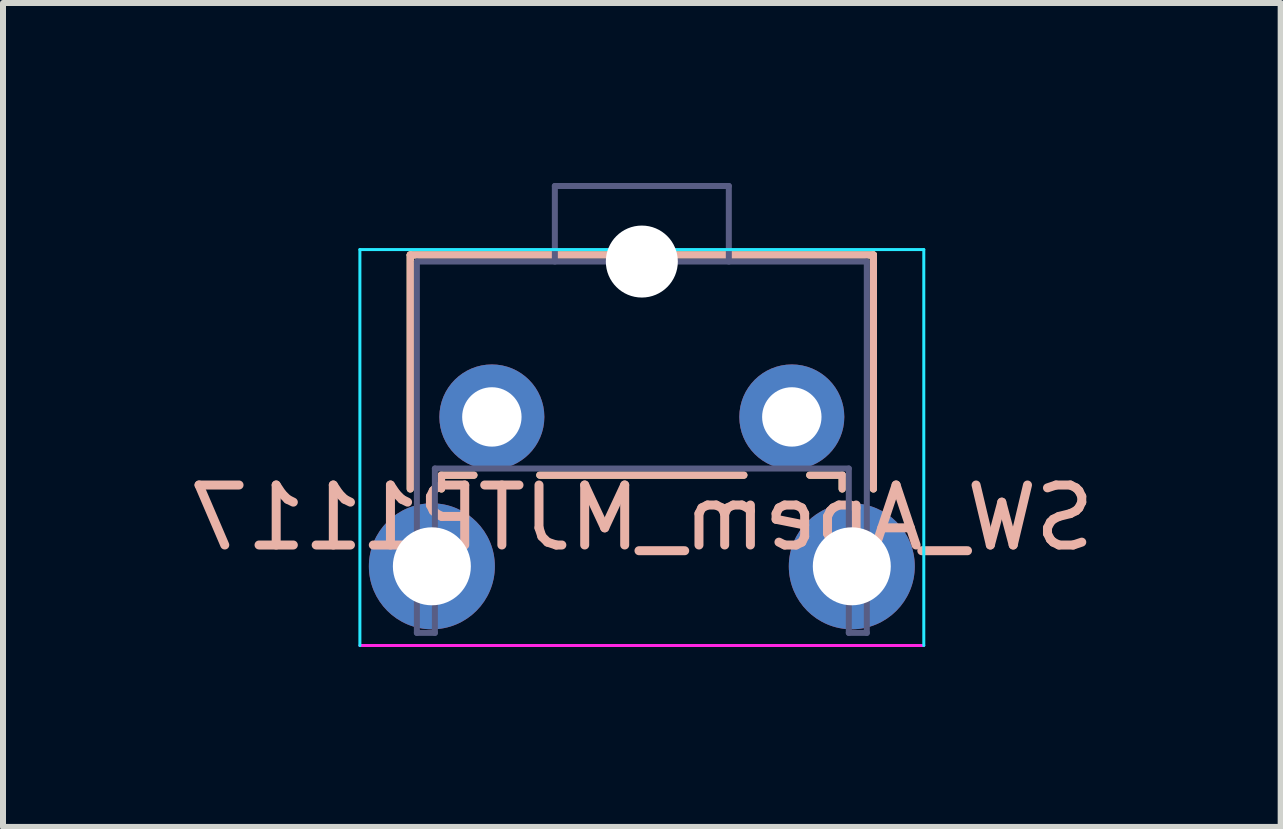
<source format=kicad_pcb>
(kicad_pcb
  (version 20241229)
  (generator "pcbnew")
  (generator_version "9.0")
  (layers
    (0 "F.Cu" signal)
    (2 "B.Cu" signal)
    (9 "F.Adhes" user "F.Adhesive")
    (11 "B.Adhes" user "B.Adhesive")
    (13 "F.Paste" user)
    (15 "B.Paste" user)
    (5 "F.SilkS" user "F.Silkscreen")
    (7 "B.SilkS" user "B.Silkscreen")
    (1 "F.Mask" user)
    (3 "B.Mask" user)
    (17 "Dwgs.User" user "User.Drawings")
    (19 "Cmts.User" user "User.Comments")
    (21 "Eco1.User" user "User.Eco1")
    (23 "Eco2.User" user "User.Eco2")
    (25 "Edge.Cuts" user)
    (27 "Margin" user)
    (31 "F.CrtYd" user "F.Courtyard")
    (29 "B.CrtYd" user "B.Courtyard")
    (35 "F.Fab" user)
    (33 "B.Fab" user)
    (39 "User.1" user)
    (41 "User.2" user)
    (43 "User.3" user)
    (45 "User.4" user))
  (footprint "SW_Apem_MJTP1117"
    (layer "F.Cu")
    (at 7.649 1.31)
    (property "Reference" "SW_Apem_MJTP1117" (at 0 4.27 0) (layer "B.SilkS") (effects (font (size 1 1) (thickness 0.15)) (justify mirror)))
    (attr through_hole)
    (fp_line (start -3.86 -0.11) (end -3.86 3.79) (stroke (width 0.12) (type solid)) (layer "F.SilkS"))
    (fp_line (start -3.86 -0.11) (end 3.86 -0.11) (stroke (width 0.12) (type solid)) (layer "F.SilkS"))
    (fp_line (start -3.34 3.56) (end -3.34 3.79) (stroke (width 0.12) (type solid)) (layer "F.SilkS"))
    (fp_line (start -3.34 3.56) (end -2.8 3.56) (stroke (width 0.12) (type solid)) (layer "F.SilkS"))
    (fp_line (start -1.7 3.56) (end 1.7 3.56) (stroke (width 0.12) (type solid)) (layer "F.SilkS"))
    (fp_line (start 2.8 3.56) (end 3.34 3.56) (stroke (width 0.12) (type solid)) (layer "F.SilkS"))
    (fp_line (start 3.34 3.56) (end 3.34 3.79) (stroke (width 0.12) (type solid)) (layer "F.SilkS"))
    (fp_line (start 3.86 -0.11) (end 3.86 3.79) (stroke (width 0.12) (type solid)) (layer "F.SilkS"))
    (fp_line (start -3.86 -0.11) (end -3.86 3.79) (stroke (width 0.12) (type solid)) (layer "B.SilkS"))
    (fp_line (start -3.34 3.56) (end -3.34 3.79) (stroke (width 0.12) (type solid)) (layer "B.SilkS"))
    (fp_line (start -2.8 3.56) (end -3.34 3.56) (stroke (width 0.12) (type solid)) (layer "B.SilkS"))
    (fp_line (start 1.7 3.56) (end -1.7 3.56) (stroke (width 0.12) (type solid)) (layer "B.SilkS"))
    (fp_line (start 3.34 3.56) (end 2.8 3.56) (stroke (width 0.12) (type solid)) (layer "B.SilkS"))
    (fp_line (start 3.34 3.56) (end 3.34 3.79) (stroke (width 0.12) (type solid)) (layer "B.SilkS"))
    (fp_line (start 3.86 -0.11) (end -3.86 -0.11) (stroke (width 0.12) (type solid)) (layer "B.SilkS"))
    (fp_line (start 3.86 -0.11) (end 3.86 3.79) (stroke (width 0.12) (type solid)) (layer "B.SilkS"))
    (fp_line (start -4.7 6.4) (end -4.7 -0.2) (stroke (width 0.05) (type solid)) (layer "B.CrtYd"))
    (fp_line (start 4.7 -0.2) (end -4.7 -0.2) (stroke (width 0.05) (type solid)) (layer "B.CrtYd"))
    (fp_line (start 4.7 6.4) (end 4.7 -0.2) (stroke (width 0.05) (type solid)) (layer "B.CrtYd"))
    (fp_line (start 4.7 6.4) (end -4.7 6.4) (stroke (width 0.05) (type default)) (layer "F.CrtYd"))
    (fp_line (start -3.75 6.19) (end -3.75 0) (stroke (width 0.1) (type solid)) (layer "B.Fab"))
    (fp_line (start -3.45 6.19) (end -3.75 6.19) (stroke (width 0.1) (type solid)) (layer "B.Fab"))
    (fp_line (start -3.45 6.19) (end -3.45 3.45) (stroke (width 0.1) (type solid)) (layer "B.Fab"))
    (fp_line (start -1.45 -1.26) (end -1.45 0) (stroke (width 0.1) (type solid)) (layer "B.Fab"))
    (fp_line (start 1.45 -1.26) (end -1.45 -1.26) (stroke (width 0.1) (type solid)) (layer "B.Fab"))
    (fp_line (start 1.45 -1.26) (end 1.45 0) (stroke (width 0.1) (type solid)) (layer "B.Fab"))
    (fp_line (start 3.45 3.45) (end -3.45 3.45) (stroke (width 0.1) (type solid)) (layer "B.Fab"))
    (fp_line (start 3.45 6.19) (end 3.45 3.45) (stroke (width 0.1) (type solid)) (layer "B.Fab"))
    (fp_line (start 3.75 0) (end -3.75 0) (stroke (width 0.1) (type solid)) (layer "B.Fab"))
    (fp_line (start 3.75 6.19) (end 3.45 6.19) (stroke (width 0.1) (type solid)) (layer "B.Fab"))
    (fp_line (start 3.75 6.19) (end 3.75 0) (stroke (width 0.1) (type solid)) (layer "B.Fab"))
    (pad "" thru_hole circle (at -3.5 5.08) (size 2.1 2.1) (drill 1.3) (layers "*.Cu" "*.Mask"))
    (pad "" np_thru_hole circle (at 0 0) (size 1.2 1.2) (drill 1.2) (layers "*.Cu" "*.Mask"))
    (pad "" thru_hole circle (at 3.5 5.08) (size 2.1 2.1) (drill 1.3) (layers "*.Cu" "*.Mask"))
    (pad "1" thru_hole circle (at 2.5 2.59) (size 1.75 1.75) (drill 0.99) (layers "*.Cu" "*.Mask"))
    (pad "2" thru_hole circle (at -2.5 2.59) (size 1.75 1.75) (drill 0.99) (layers "*.Cu" "*.Mask")))
  (gr_rect
    (start -3 -3)
    (end 18.298 10.735)
    (stroke (width 0.1) (type default))
    (fill no)
    (layer "Edge.Cuts")))
</source>
